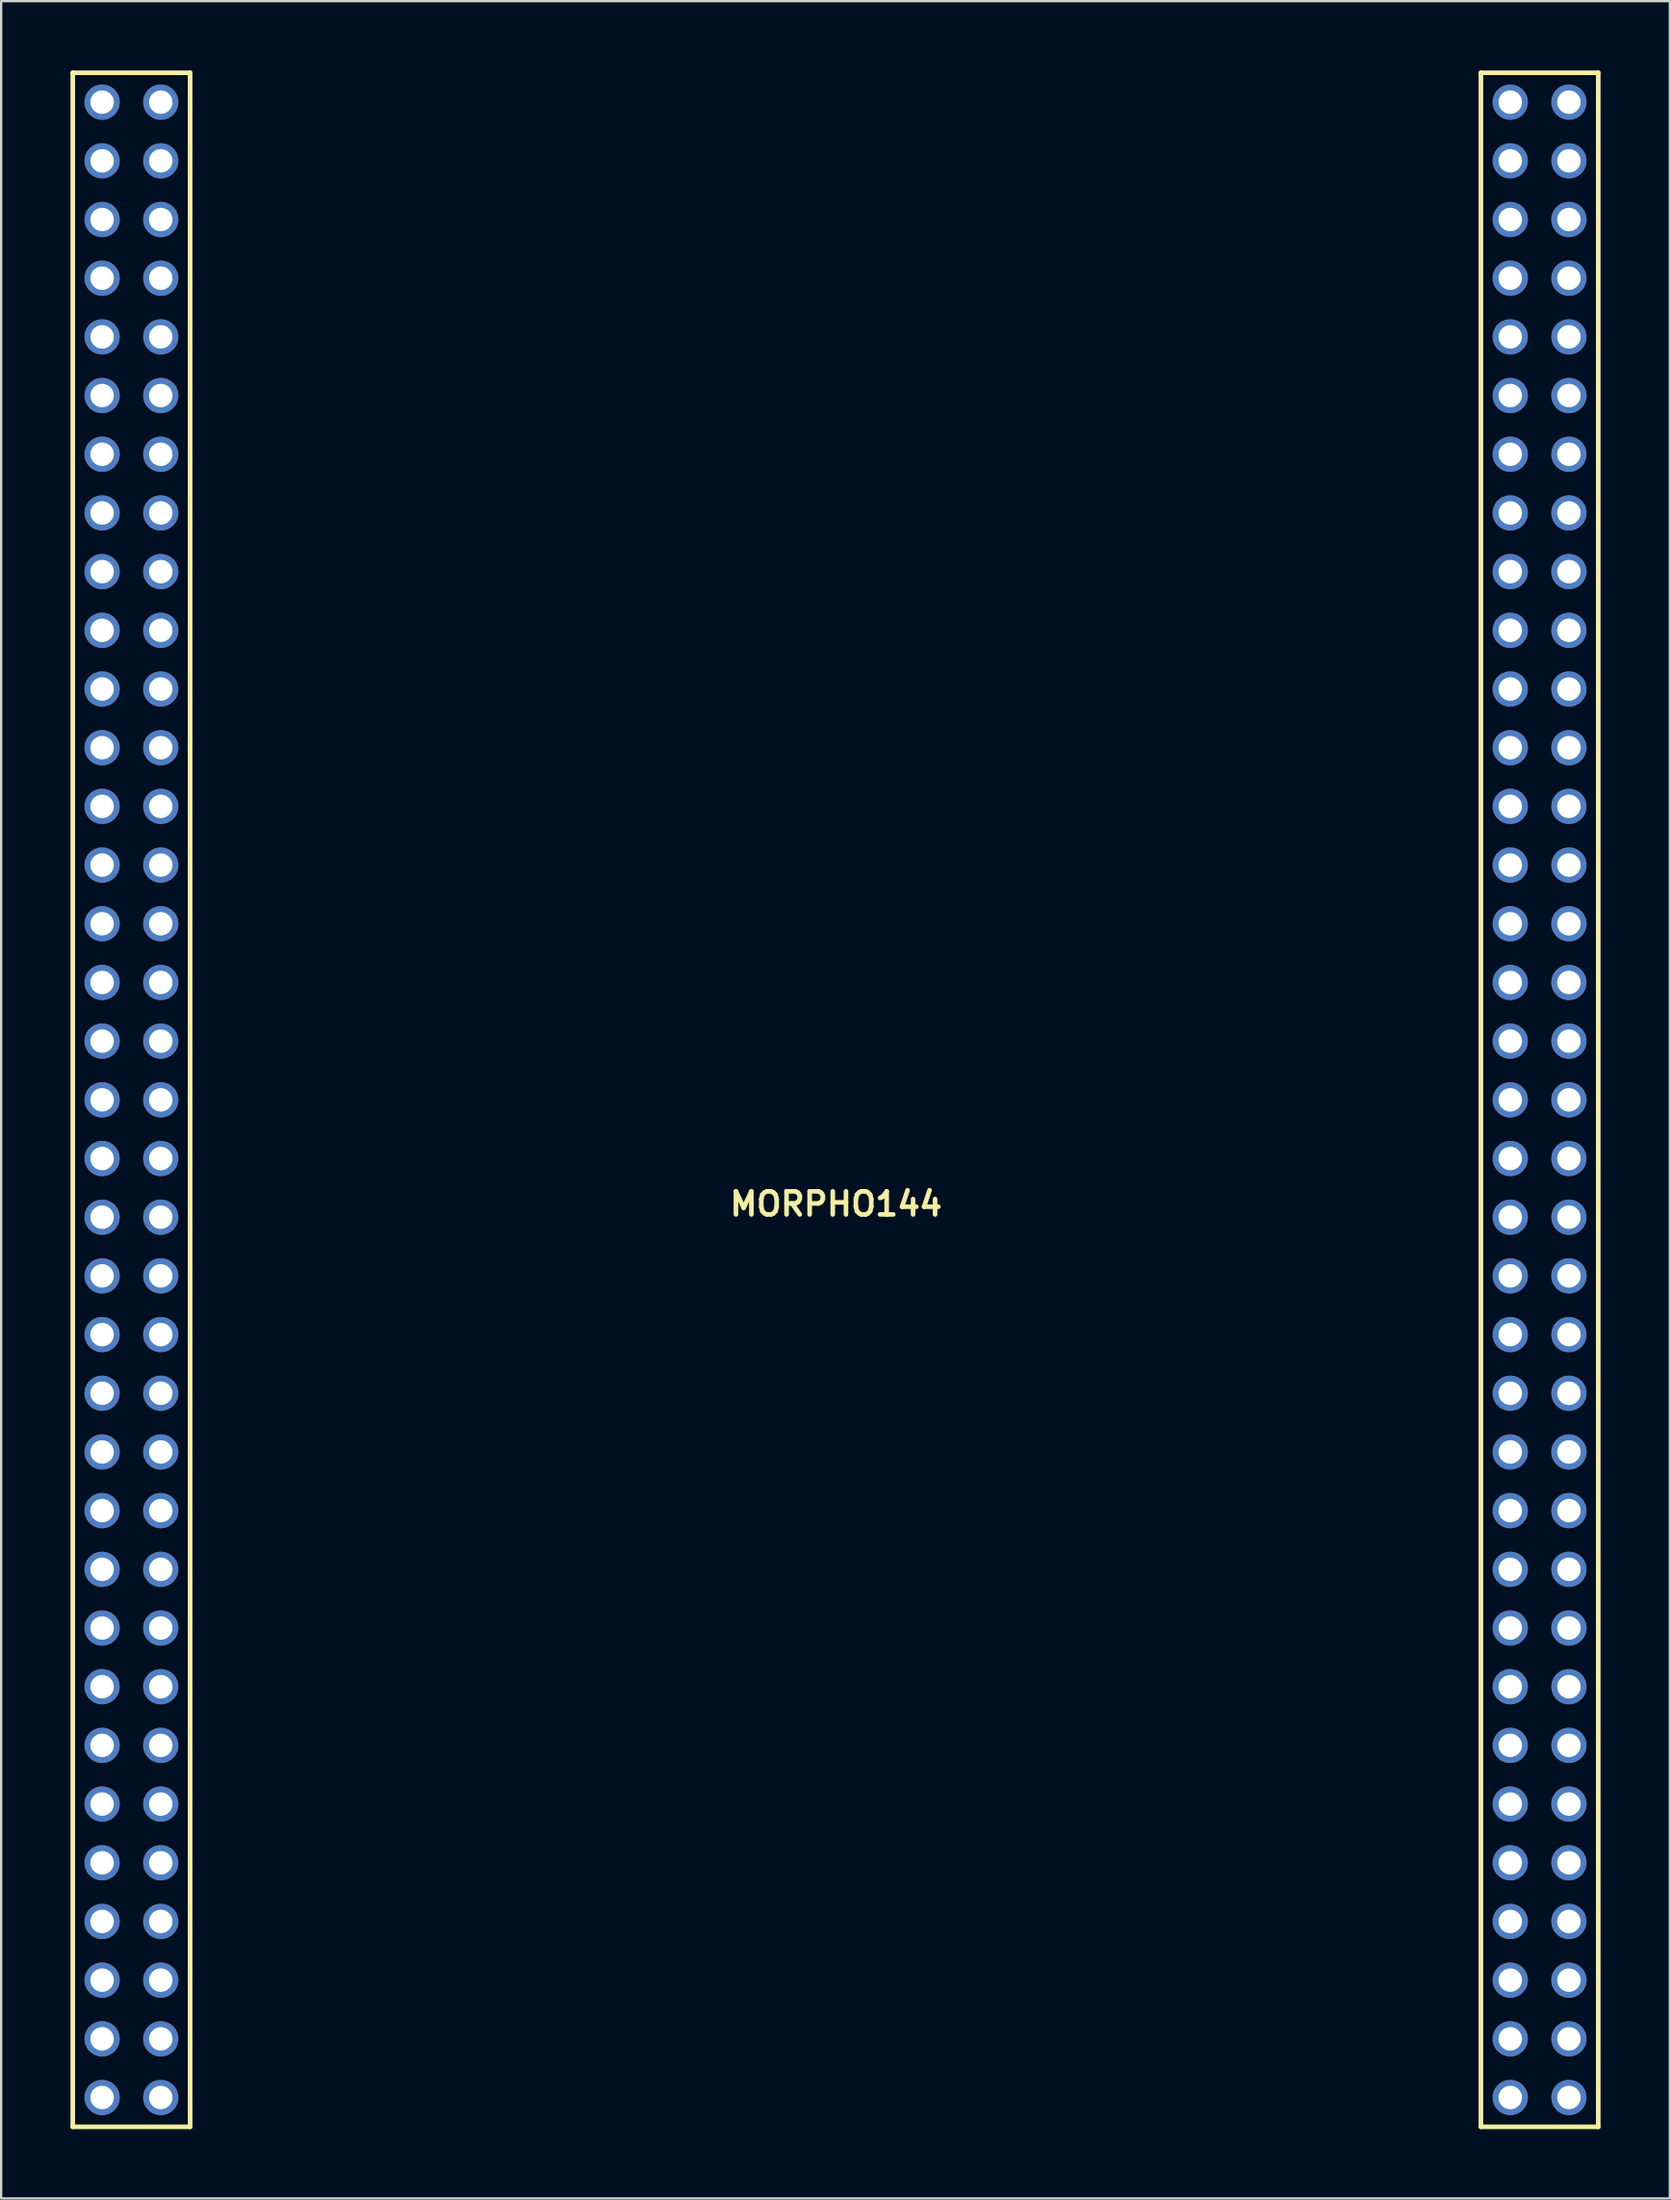
<source format=kicad_pcb>
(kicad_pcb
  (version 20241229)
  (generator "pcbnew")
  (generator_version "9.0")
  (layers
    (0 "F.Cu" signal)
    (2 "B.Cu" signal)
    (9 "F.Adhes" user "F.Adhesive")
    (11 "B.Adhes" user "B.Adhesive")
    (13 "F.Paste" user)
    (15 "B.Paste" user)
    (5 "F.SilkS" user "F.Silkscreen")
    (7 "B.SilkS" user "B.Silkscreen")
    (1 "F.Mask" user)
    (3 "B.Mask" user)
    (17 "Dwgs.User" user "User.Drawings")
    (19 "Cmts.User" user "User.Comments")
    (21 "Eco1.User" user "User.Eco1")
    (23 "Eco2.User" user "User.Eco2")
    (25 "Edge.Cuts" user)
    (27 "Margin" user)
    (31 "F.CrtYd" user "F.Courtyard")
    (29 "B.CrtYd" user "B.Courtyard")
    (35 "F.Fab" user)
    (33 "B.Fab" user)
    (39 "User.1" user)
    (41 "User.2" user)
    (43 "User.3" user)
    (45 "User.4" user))
  (footprint "MORPHO144"
    (layer "F.Cu")
    (at 33.144 49.059)
    (property "Reference" "MORPHO144" (at 0 0 0) (layer "F.SilkS") (effects (font (size 1 1) (thickness 0.2))))
    (attr through_hole)
    (fp_line (start -33.044 -48.959) (end -27.964 -48.959) (stroke (width 0.2) (type solid)) (layer "F.SilkS"))
    (fp_line (start -33.044 39.941) (end -33.044 -48.959) (stroke (width 0.2) (type solid)) (layer "F.SilkS"))
    (fp_line (start -27.964 -48.959) (end -27.964 39.941) (stroke (width 0.2) (type solid)) (layer "F.SilkS"))
    (fp_line (start -27.964 39.941) (end -33.044 39.941) (stroke (width 0.2) (type solid)) (layer "F.SilkS"))
    (fp_line (start 27.916 -48.959) (end 32.996 -48.959) (stroke (width 0.2) (type solid)) (layer "F.SilkS"))
    (fp_line (start 27.916 39.941) (end 27.916 -48.959) (stroke (width 0.2) (type solid)) (layer "F.SilkS"))
    (fp_line (start 32.996 -48.959) (end 32.996 39.941) (stroke (width 0.2) (type solid)) (layer "F.SilkS"))
    (fp_line (start 32.996 39.941) (end 27.916 39.941) (stroke (width 0.2) (type solid)) (layer "F.SilkS"))
    (pad "1101" thru_hole circle (at -31.774 -47.688) (size 1.524 1.524) (drill 1.016) (layers "*.Cu" "*.Mask"))
    (pad "1102" thru_hole circle (at -29.234 -47.688) (size 1.524 1.524) (drill 1.016) (layers "*.Cu" "*.Mask"))
    (pad "1103" thru_hole circle (at -31.774 -45.148) (size 1.524 1.524) (drill 1.016) (layers "*.Cu" "*.Mask"))
    (pad "1104" thru_hole circle (at -29.234 -45.148) (size 1.524 1.524) (drill 1.016) (layers "*.Cu" "*.Mask"))
    (pad "1105" thru_hole circle (at -31.774 -42.608) (size 1.524 1.524) (drill 1.016) (layers "*.Cu" "*.Mask"))
    (pad "1106" thru_hole circle (at -29.234 -42.608) (size 1.524 1.524) (drill 1.016) (layers "*.Cu" "*.Mask"))
    (pad "1107" thru_hole circle (at -31.774 -40.069) (size 1.524 1.524) (drill 1.016) (layers "*.Cu" "*.Mask"))
    (pad "1108" thru_hole circle (at -29.234 -40.069) (size 1.524 1.524) (drill 1.016) (layers "*.Cu" "*.Mask"))
    (pad "1109" thru_hole circle (at -31.774 -37.529) (size 1.524 1.524) (drill 1.016) (layers "*.Cu" "*.Mask"))
    (pad "1110" thru_hole circle (at -29.234 -37.529) (size 1.524 1.524) (drill 1.016) (layers "*.Cu" "*.Mask"))
    (pad "1111" thru_hole circle (at -31.774 -34.989) (size 1.524 1.524) (drill 1.016) (layers "*.Cu" "*.Mask"))
    (pad "1112" thru_hole circle (at -29.234 -34.989) (size 1.524 1.524) (drill 1.016) (layers "*.Cu" "*.Mask"))
    (pad "1113" thru_hole circle (at -31.774 -32.449) (size 1.524 1.524) (drill 1.016) (layers "*.Cu" "*.Mask"))
    (pad "1114" thru_hole circle (at -29.234 -32.449) (size 1.524 1.524) (drill 1.016) (layers "*.Cu" "*.Mask"))
    (pad "1115" thru_hole circle (at -31.774 -29.909) (size 1.524 1.524) (drill 1.016) (layers "*.Cu" "*.Mask"))
    (pad "1116" thru_hole circle (at -29.234 -29.909) (size 1.524 1.524) (drill 1.016) (layers "*.Cu" "*.Mask"))
    (pad "1117" thru_hole circle (at -31.774 -27.369) (size 1.524 1.524) (drill 1.016) (layers "*.Cu" "*.Mask"))
    (pad "1118" thru_hole circle (at -29.234 -27.369) (size 1.524 1.524) (drill 1.016) (layers "*.Cu" "*.Mask"))
    (pad "1119" thru_hole circle (at -31.774 -24.828) (size 1.524 1.524) (drill 1.016) (layers "*.Cu" "*.Mask"))
    (pad "1120" thru_hole circle (at -29.234 -24.828) (size 1.524 1.524) (drill 1.016) (layers "*.Cu" "*.Mask"))
    (pad "1121" thru_hole circle (at -31.774 -22.288) (size 1.524 1.524) (drill 1.016) (layers "*.Cu" "*.Mask"))
    (pad "1122" thru_hole circle (at -29.234 -22.288) (size 1.524 1.524) (drill 1.016) (layers "*.Cu" "*.Mask"))
    (pad "1123" thru_hole circle (at -31.774 -19.748) (size 1.524 1.524) (drill 1.016) (layers "*.Cu" "*.Mask"))
    (pad "1124" thru_hole circle (at -29.234 -19.748) (size 1.524 1.524) (drill 1.016) (layers "*.Cu" "*.Mask"))
    (pad "1125" thru_hole circle (at -31.774 -17.209) (size 1.524 1.524) (drill 1.016) (layers "*.Cu" "*.Mask"))
    (pad "1126" thru_hole circle (at -29.234 -17.209) (size 1.524 1.524) (drill 1.016) (layers "*.Cu" "*.Mask"))
    (pad "1127" thru_hole circle (at -31.774 -14.668) (size 1.524 1.524) (drill 1.016) (layers "*.Cu" "*.Mask"))
    (pad "1128" thru_hole circle (at -29.234 -14.668) (size 1.524 1.524) (drill 1.016) (layers "*.Cu" "*.Mask"))
    (pad "1129" thru_hole circle (at -31.774 -12.129) (size 1.524 1.524) (drill 1.016) (layers "*.Cu" "*.Mask"))
    (pad "1130" thru_hole circle (at -29.234 -12.129) (size 1.524 1.524) (drill 1.016) (layers "*.Cu" "*.Mask"))
    (pad "1131" thru_hole circle (at -31.774 -9.588) (size 1.524 1.524) (drill 1.016) (layers "*.Cu" "*.Mask"))
    (pad "1132" thru_hole circle (at -29.234 -9.588) (size 1.524 1.524) (drill 1.016) (layers "*.Cu" "*.Mask"))
    (pad "1133" thru_hole circle (at -31.774 -7.048) (size 1.524 1.524) (drill 1.016) (layers "*.Cu" "*.Mask"))
    (pad "1134" thru_hole circle (at -29.234 -7.048) (size 1.524 1.524) (drill 1.016) (layers "*.Cu" "*.Mask"))
    (pad "1135" thru_hole circle (at -31.774 -4.508) (size 1.524 1.524) (drill 1.016) (layers "*.Cu" "*.Mask"))
    (pad "1136" thru_hole circle (at -29.234 -4.508) (size 1.524 1.524) (drill 1.016) (layers "*.Cu" "*.Mask"))
    (pad "1137" thru_hole circle (at -31.774 -1.968) (size 1.524 1.524) (drill 1.016) (layers "*.Cu" "*.Mask"))
    (pad "1138" thru_hole circle (at -29.234 -1.968) (size 1.524 1.524) (drill 1.016) (layers "*.Cu" "*.Mask"))
    (pad "1139" thru_hole circle (at -31.774 0.572) (size 1.524 1.524) (drill 1.016) (layers "*.Cu" "*.Mask"))
    (pad "1140" thru_hole circle (at -29.234 0.572) (size 1.524 1.524) (drill 1.016) (layers "*.Cu" "*.Mask"))
    (pad "1141" thru_hole circle (at -31.774 3.111) (size 1.524 1.524) (drill 1.016) (layers "*.Cu" "*.Mask"))
    (pad "1142" thru_hole circle (at -29.234 3.111) (size 1.524 1.524) (drill 1.016) (layers "*.Cu" "*.Mask"))
    (pad "1143" thru_hole circle (at -31.774 5.652) (size 1.524 1.524) (drill 1.016) (layers "*.Cu" "*.Mask"))
    (pad "1144" thru_hole circle (at -29.234 5.652) (size 1.524 1.524) (drill 1.016) (layers "*.Cu" "*.Mask"))
    (pad "1145" thru_hole circle (at -31.774 8.191) (size 1.524 1.524) (drill 1.016) (layers "*.Cu" "*.Mask"))
    (pad "1146" thru_hole circle (at -29.234 8.191) (size 1.524 1.524) (drill 1.016) (layers "*.Cu" "*.Mask"))
    (pad "1147" thru_hole circle (at -31.774 10.732) (size 1.524 1.524) (drill 1.016) (layers "*.Cu" "*.Mask"))
    (pad "1148" thru_hole circle (at -29.234 10.732) (size 1.524 1.524) (drill 1.016) (layers "*.Cu" "*.Mask"))
    (pad "1149" thru_hole circle (at -31.774 13.271) (size 1.524 1.524) (drill 1.016) (layers "*.Cu" "*.Mask"))
    (pad "1150" thru_hole circle (at -29.234 13.271) (size 1.524 1.524) (drill 1.016) (layers "*.Cu" "*.Mask"))
    (pad "1151" thru_hole circle (at -31.774 15.812) (size 1.524 1.524) (drill 1.016) (layers "*.Cu" "*.Mask"))
    (pad "1152" thru_hole circle (at -29.234 15.812) (size 1.524 1.524) (drill 1.016) (layers "*.Cu" "*.Mask"))
    (pad "1153" thru_hole circle (at -31.774 18.352) (size 1.524 1.524) (drill 1.016) (layers "*.Cu" "*.Mask"))
    (pad "1154" thru_hole circle (at -29.234 18.352) (size 1.524 1.524) (drill 1.016) (layers "*.Cu" "*.Mask"))
    (pad "1155" thru_hole circle (at -31.774 20.892) (size 1.524 1.524) (drill 1.016) (layers "*.Cu" "*.Mask"))
    (pad "1156" thru_hole circle (at -29.234 20.892) (size 1.524 1.524) (drill 1.016) (layers "*.Cu" "*.Mask"))
    (pad "1157" thru_hole circle (at -31.774 23.431) (size 1.524 1.524) (drill 1.016) (layers "*.Cu" "*.Mask"))
    (pad "1158" thru_hole circle (at -29.234 23.431) (size 1.524 1.524) (drill 1.016) (layers "*.Cu" "*.Mask"))
    (pad "1159" thru_hole circle (at -31.774 25.971) (size 1.524 1.524) (drill 1.016) (layers "*.Cu" "*.Mask"))
    (pad "1160" thru_hole circle (at -29.234 25.971) (size 1.524 1.524) (drill 1.016) (layers "*.Cu" "*.Mask"))
    (pad "1161" thru_hole circle (at -31.774 28.512) (size 1.524 1.524) (drill 1.016) (layers "*.Cu" "*.Mask"))
    (pad "1162" thru_hole circle (at -29.234 28.512) (size 1.524 1.524) (drill 1.016) (layers "*.Cu" "*.Mask"))
    (pad "1163" thru_hole circle (at -31.774 31.052) (size 1.524 1.524) (drill 1.016) (layers "*.Cu" "*.Mask"))
    (pad "1164" thru_hole circle (at -29.234 31.052) (size 1.524 1.524) (drill 1.016) (layers "*.Cu" "*.Mask"))
    (pad "1165" thru_hole circle (at -31.774 33.592) (size 1.524 1.524) (drill 1.016) (layers "*.Cu" "*.Mask"))
    (pad "1166" thru_hole circle (at -29.234 33.592) (size 1.524 1.524) (drill 1.016) (layers "*.Cu" "*.Mask"))
    (pad "1167" thru_hole circle (at -31.774 36.132) (size 1.524 1.524) (drill 1.016) (layers "*.Cu" "*.Mask"))
    (pad "1168" thru_hole circle (at -29.234 36.132) (size 1.524 1.524) (drill 1.016) (layers "*.Cu" "*.Mask"))
    (pad "1169" thru_hole circle (at -31.774 38.672) (size 1.524 1.524) (drill 1.016) (layers "*.Cu" "*.Mask"))
    (pad "1170" thru_hole circle (at -29.234 38.672) (size 1.524 1.524) (drill 1.016) (layers "*.Cu" "*.Mask"))
    (pad "1201" thru_hole circle (at 29.186 -47.688) (size 1.524 1.524) (drill 1.016) (layers "*.Cu" "*.Mask"))
    (pad "1202" thru_hole circle (at 31.726 -47.688) (size 1.524 1.524) (drill 1.016) (layers "*.Cu" "*.Mask"))
    (pad "1203" thru_hole circle (at 29.186 -45.148) (size 1.524 1.524) (drill 1.016) (layers "*.Cu" "*.Mask"))
    (pad "1204" thru_hole circle (at 31.726 -45.148) (size 1.524 1.524) (drill 1.016) (layers "*.Cu" "*.Mask"))
    (pad "1205" thru_hole circle (at 29.186 -42.608) (size 1.524 1.524) (drill 1.016) (layers "*.Cu" "*.Mask"))
    (pad "1206" thru_hole circle (at 31.726 -42.608) (size 1.524 1.524) (drill 1.016) (layers "*.Cu" "*.Mask"))
    (pad "1207" thru_hole circle (at 29.186 -40.069) (size 1.524 1.524) (drill 1.016) (layers "*.Cu" "*.Mask"))
    (pad "1208" thru_hole circle (at 31.726 -40.069) (size 1.524 1.524) (drill 1.016) (layers "*.Cu" "*.Mask"))
    (pad "1209" thru_hole circle (at 29.186 -37.529) (size 1.524 1.524) (drill 1.016) (layers "*.Cu" "*.Mask"))
    (pad "1210" thru_hole circle (at 31.726 -37.529) (size 1.524 1.524) (drill 1.016) (layers "*.Cu" "*.Mask"))
    (pad "1211" thru_hole circle (at 29.186 -34.989) (size 1.524 1.524) (drill 1.016) (layers "*.Cu" "*.Mask"))
    (pad "1212" thru_hole circle (at 31.726 -34.989) (size 1.524 1.524) (drill 1.016) (layers "*.Cu" "*.Mask"))
    (pad "1213" thru_hole circle (at 29.186 -32.449) (size 1.524 1.524) (drill 1.016) (layers "*.Cu" "*.Mask"))
    (pad "1214" thru_hole circle (at 31.726 -32.449) (size 1.524 1.524) (drill 1.016) (layers "*.Cu" "*.Mask"))
    (pad "1215" thru_hole circle (at 29.186 -29.909) (size 1.524 1.524) (drill 1.016) (layers "*.Cu" "*.Mask"))
    (pad "1216" thru_hole circle (at 31.726 -29.909) (size 1.524 1.524) (drill 1.016) (layers "*.Cu" "*.Mask"))
    (pad "1217" thru_hole circle (at 29.186 -27.369) (size 1.524 1.524) (drill 1.016) (layers "*.Cu" "*.Mask"))
    (pad "1218" thru_hole circle (at 31.726 -27.369) (size 1.524 1.524) (drill 1.016) (layers "*.Cu" "*.Mask"))
    (pad "1219" thru_hole circle (at 29.186 -24.828) (size 1.524 1.524) (drill 1.016) (layers "*.Cu" "*.Mask"))
    (pad "1220" thru_hole circle (at 31.726 -24.828) (size 1.524 1.524) (drill 1.016) (layers "*.Cu" "*.Mask"))
    (pad "1221" thru_hole circle (at 29.186 -22.288) (size 1.524 1.524) (drill 1.016) (layers "*.Cu" "*.Mask"))
    (pad "1222" thru_hole circle (at 31.726 -22.288) (size 1.524 1.524) (drill 1.016) (layers "*.Cu" "*.Mask"))
    (pad "1223" thru_hole circle (at 29.186 -19.748) (size 1.524 1.524) (drill 1.016) (layers "*.Cu" "*.Mask"))
    (pad "1224" thru_hole circle (at 31.726 -19.748) (size 1.524 1.524) (drill 1.016) (layers "*.Cu" "*.Mask"))
    (pad "1225" thru_hole circle (at 29.186 -17.209) (size 1.524 1.524) (drill 1.016) (layers "*.Cu" "*.Mask"))
    (pad "1226" thru_hole circle (at 31.726 -17.209) (size 1.524 1.524) (drill 1.016) (layers "*.Cu" "*.Mask"))
    (pad "1227" thru_hole circle (at 29.186 -14.668) (size 1.524 1.524) (drill 1.016) (layers "*.Cu" "*.Mask"))
    (pad "1228" thru_hole circle (at 31.726 -14.668) (size 1.524 1.524) (drill 1.016) (layers "*.Cu" "*.Mask"))
    (pad "1229" thru_hole circle (at 29.186 -12.129) (size 1.524 1.524) (drill 1.016) (layers "*.Cu" "*.Mask"))
    (pad "1230" thru_hole circle (at 31.726 -12.129) (size 1.524 1.524) (drill 1.016) (layers "*.Cu" "*.Mask"))
    (pad "1231" thru_hole circle (at 29.186 -9.588) (size 1.524 1.524) (drill 1.016) (layers "*.Cu" "*.Mask"))
    (pad "1232" thru_hole circle (at 31.726 -9.588) (size 1.524 1.524) (drill 1.016) (layers "*.Cu" "*.Mask"))
    (pad "1233" thru_hole circle (at 29.186 -7.048) (size 1.524 1.524) (drill 1.016) (layers "*.Cu" "*.Mask"))
    (pad "1234" thru_hole circle (at 31.726 -7.048) (size 1.524 1.524) (drill 1.016) (layers "*.Cu" "*.Mask"))
    (pad "1235" thru_hole circle (at 29.186 -4.508) (size 1.524 1.524) (drill 1.016) (layers "*.Cu" "*.Mask"))
    (pad "1236" thru_hole circle (at 31.726 -4.508) (size 1.524 1.524) (drill 1.016) (layers "*.Cu" "*.Mask"))
    (pad "1237" thru_hole circle (at 29.186 -1.968) (size 1.524 1.524) (drill 1.016) (layers "*.Cu" "*.Mask"))
    (pad "1238" thru_hole circle (at 31.726 -1.968) (size 1.524 1.524) (drill 1.016) (layers "*.Cu" "*.Mask"))
    (pad "1239" thru_hole circle (at 29.186 0.572) (size 1.524 1.524) (drill 1.016) (layers "*.Cu" "*.Mask"))
    (pad "1240" thru_hole circle (at 31.726 0.572) (size 1.524 1.524) (drill 1.016) (layers "*.Cu" "*.Mask"))
    (pad "1241" thru_hole circle (at 29.186 3.111) (size 1.524 1.524) (drill 1.016) (layers "*.Cu" "*.Mask"))
    (pad "1242" thru_hole circle (at 31.726 3.111) (size 1.524 1.524) (drill 1.016) (layers "*.Cu" "*.Mask"))
    (pad "1243" thru_hole circle (at 29.186 5.652) (size 1.524 1.524) (drill 1.016) (layers "*.Cu" "*.Mask"))
    (pad "1244" thru_hole circle (at 31.726 5.652) (size 1.524 1.524) (drill 1.016) (layers "*.Cu" "*.Mask"))
    (pad "1245" thru_hole circle (at 29.186 8.191) (size 1.524 1.524) (drill 1.016) (layers "*.Cu" "*.Mask"))
    (pad "1246" thru_hole circle (at 31.726 8.191) (size 1.524 1.524) (drill 1.016) (layers "*.Cu" "*.Mask"))
    (pad "1247" thru_hole circle (at 29.186 10.732) (size 1.524 1.524) (drill 1.016) (layers "*.Cu" "*.Mask"))
    (pad "1248" thru_hole circle (at 31.726 10.732) (size 1.524 1.524) (drill 1.016) (layers "*.Cu" "*.Mask"))
    (pad "1249" thru_hole circle (at 29.186 13.271) (size 1.524 1.524) (drill 1.016) (layers "*.Cu" "*.Mask"))
    (pad "1250" thru_hole circle (at 31.726 13.271) (size 1.524 1.524) (drill 1.016) (layers "*.Cu" "*.Mask"))
    (pad "1251" thru_hole circle (at 29.186 15.812) (size 1.524 1.524) (drill 1.016) (layers "*.Cu" "*.Mask"))
    (pad "1252" thru_hole circle (at 31.726 15.812) (size 1.524 1.524) (drill 1.016) (layers "*.Cu" "*.Mask"))
    (pad "1253" thru_hole circle (at 29.186 18.352) (size 1.524 1.524) (drill 1.016) (layers "*.Cu" "*.Mask"))
    (pad "1254" thru_hole circle (at 31.726 18.352) (size 1.524 1.524) (drill 1.016) (layers "*.Cu" "*.Mask"))
    (pad "1255" thru_hole circle (at 29.186 20.892) (size 1.524 1.524) (drill 1.016) (layers "*.Cu" "*.Mask"))
    (pad "1256" thru_hole circle (at 31.726 20.892) (size 1.524 1.524) (drill 1.016) (layers "*.Cu" "*.Mask"))
    (pad "1257" thru_hole circle (at 29.186 23.431) (size 1.524 1.524) (drill 1.016) (layers "*.Cu" "*.Mask"))
    (pad "1258" thru_hole circle (at 31.726 23.431) (size 1.524 1.524) (drill 1.016) (layers "*.Cu" "*.Mask"))
    (pad "1259" thru_hole circle (at 29.186 25.971) (size 1.524 1.524) (drill 1.016) (layers "*.Cu" "*.Mask"))
    (pad "1260" thru_hole circle (at 31.726 25.971) (size 1.524 1.524) (drill 1.016) (layers "*.Cu" "*.Mask"))
    (pad "1261" thru_hole circle (at 29.186 28.512) (size 1.524 1.524) (drill 1.016) (layers "*.Cu" "*.Mask"))
    (pad "1262" thru_hole circle (at 31.726 28.512) (size 1.524 1.524) (drill 1.016) (layers "*.Cu" "*.Mask"))
    (pad "1263" thru_hole circle (at 29.186 31.052) (size 1.524 1.524) (drill 1.016) (layers "*.Cu" "*.Mask"))
    (pad "1264" thru_hole circle (at 31.726 31.052) (size 1.524 1.524) (drill 1.016) (layers "*.Cu" "*.Mask"))
    (pad "1265" thru_hole circle (at 29.186 33.592) (size 1.524 1.524) (drill 1.016) (layers "*.Cu" "*.Mask"))
    (pad "1266" thru_hole circle (at 31.726 33.592) (size 1.524 1.524) (drill 1.016) (layers "*.Cu" "*.Mask"))
    (pad "1267" thru_hole circle (at 29.186 36.132) (size 1.524 1.524) (drill 1.016) (layers "*.Cu" "*.Mask"))
    (pad "1268" thru_hole circle (at 31.726 36.132) (size 1.524 1.524) (drill 1.016) (layers "*.Cu" "*.Mask"))
    (pad "1269" thru_hole circle (at 29.186 38.672) (size 1.524 1.524) (drill 1.016) (layers "*.Cu" "*.Mask"))
    (pad "1270" thru_hole circle (at 31.726 38.672) (size 1.524 1.524) (drill 1.016) (layers "*.Cu" "*.Mask")))
  (gr_rect
    (start -3 -3)
    (end 69.24 92.1)
    (stroke (width 0.1) (type default))
    (fill no)
    (layer "Edge.Cuts")))
</source>
